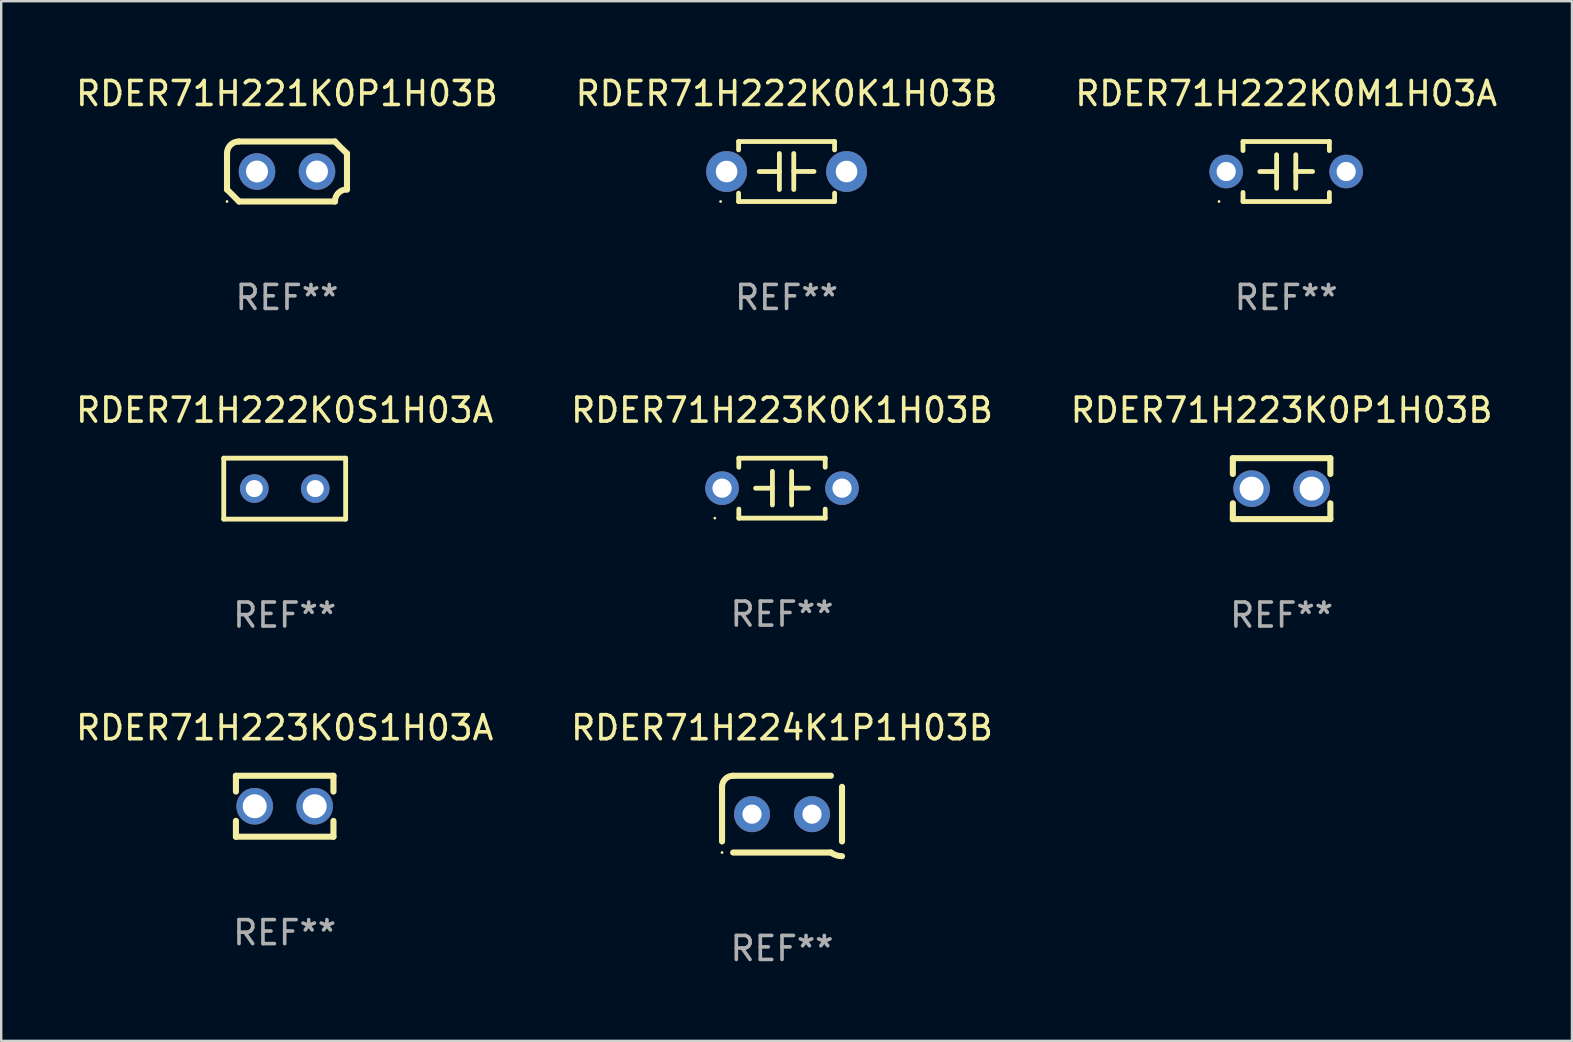
<source format=kicad_pcb>
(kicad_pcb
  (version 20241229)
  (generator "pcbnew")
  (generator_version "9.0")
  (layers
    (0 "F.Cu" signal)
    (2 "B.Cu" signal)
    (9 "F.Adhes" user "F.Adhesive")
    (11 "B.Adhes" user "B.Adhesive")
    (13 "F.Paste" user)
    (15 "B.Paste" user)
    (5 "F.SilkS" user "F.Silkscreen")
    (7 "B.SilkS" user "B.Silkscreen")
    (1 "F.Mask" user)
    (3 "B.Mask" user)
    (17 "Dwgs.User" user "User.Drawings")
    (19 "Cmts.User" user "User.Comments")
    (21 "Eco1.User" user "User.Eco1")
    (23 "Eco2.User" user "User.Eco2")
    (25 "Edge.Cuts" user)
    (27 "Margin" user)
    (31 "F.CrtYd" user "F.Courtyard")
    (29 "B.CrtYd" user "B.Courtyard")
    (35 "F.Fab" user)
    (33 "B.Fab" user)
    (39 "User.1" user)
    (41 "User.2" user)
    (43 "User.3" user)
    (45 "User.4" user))
  (footprint "RDER71H222K0M1H03A"
    (layer "F.Cu")
    (at 50.554 4.098)
    (property "Reference" "RDER71H222K0M1H03A" (at 0 -3.25 0) (layer "F.SilkS") (effects (font (size 1 1) (thickness 0.15))))
    (attr through_hole)
    (fp_line (start -1.8 -1.25) (end -1.8 -0.872) (stroke (width 0.2) (type solid)) (layer "F.SilkS"))
    (fp_line (start -1.8 -1.25) (end 1.8 -1.25) (stroke (width 0.2) (type solid)) (layer "F.SilkS"))
    (fp_line (start -1.8 0.872) (end -1.8 1.25) (stroke (width 0.2) (type solid)) (layer "F.SilkS"))
    (fp_line (start -1.8 1.25) (end 1.8 1.25) (stroke (width 0.2) (type solid)) (layer "F.SilkS"))
    (fp_line (start -0.4 -0.7) (end -0.4 0.7) (stroke (width 0.2) (type solid)) (layer "F.SilkS"))
    (fp_line (start -0.4 0.002) (end -1.1 0.002) (stroke (width 0.2) (type solid)) (layer "F.SilkS"))
    (fp_line (start 0.4 -0.001) (end 1.1 -0.001) (stroke (width 0.2) (type solid)) (layer "F.SilkS"))
    (fp_line (start 0.4 0.7) (end 0.4 -0.7) (stroke (width 0.2) (type solid)) (layer "F.SilkS"))
    (fp_line (start 1.8 -1.25) (end 1.8 -0.872) (stroke (width 0.2) (type solid)) (layer "F.SilkS"))
    (fp_line (start 1.8 0.872) (end 1.8 1.25) (stroke (width 0.2) (type solid)) (layer "F.SilkS"))
    (fp_circle (center -2.8 1.25) (end -2.77 1.25) (stroke (width 0.06) (type solid)) (fill no) (layer "F.SilkS"))
    (fp_text user "REF**" (at 0 5.25 0) (layer "F.Fab") (effects (font (size 1 1) (thickness 0.15))))
    (pad "1" thru_hole circle (at -2.5 0) (size 1.4 1.4) (drill 0.8) (layers "*.Cu" "*.Mask"))
    (pad "2" thru_hole circle (at 2.5 0) (size 1.4 1.4) (drill 0.8) (layers "*.Cu" "*.Mask")))
  (footprint "RDER71H224K1P1H03B"
    (layer "F.Cu")
    (at 29.542 30.881)
    (property "Reference" "RDER71H224K1P1H03B" (at 0 -3.6 0) (layer "F.SilkS") (effects (font (size 1 1) (thickness 0.15))))
    (attr through_hole)
    (fp_line (start -2.5 1.138) (end -2.5 -1.138) (stroke (width 0.254) (type solid)) (layer "F.SilkS"))
    (fp_line (start -2.038 1.6) (end 2.038 1.6) (stroke (width 0.254) (type solid)) (layer "F.SilkS"))
    (fp_line (start 2.038 -1.6) (end -2.038 -1.6) (stroke (width 0.254) (type solid)) (layer "F.SilkS"))
    (fp_line (start 2.5 -1.138) (end 2.5 1.138) (stroke (width 0.254) (type solid)) (layer "F.SilkS"))
    (fp_arc (start -2.5 -1.137744) (mid -2.364601 -1.464626) (end -2.037719 -1.600025) (stroke (width 0.254001) (type solid)) (layer "F.SilkS"))
    (fp_arc (start -2.5 1.137719) (mid 2.500022 -1.137741) (end -2.5 1.137719) (stroke (width 0.254001) (type solid)) (layer "F.SilkS"))
    (fp_arc (start 2.5 1.751767) (mid 2.256726 1.712861) (end 2.037719 1.600025) (stroke (width 0.254001) (type solid)) (layer "F.SilkS"))
    (fp_circle (center -2.5 1.6) (end -2.47 1.6) (stroke (width 0.06) (type solid)) (fill no) (layer "F.SilkS"))
    (fp_text user "REF**" (at 0 5.6 0) (layer "F.Fab") (effects (font (size 1 1) (thickness 0.15))))
    (pad "1" thru_hole circle (at -1.25 -0.000076) (size 1.5 1.5) (drill 0.8) (layers "*.Cu" "*.Mask"))
    (pad "2" thru_hole circle (at 1.25 -0.000076) (size 1.5 1.5) (drill 0.8) (layers "*.Cu" "*.Mask")))
  (footprint "RDER71H223K0S1H03A"
    (layer "F.Cu")
    (at 8.815 30.551)
    (property "Reference" "RDER71H223K0S1H03A" (at 0 -3.27 0) (layer "F.SilkS") (effects (font (size 1 1) (thickness 0.15))))
    (attr through_hole)
    (fp_line (start -2.032 -1.27) (end -2.032 -0.611) (stroke (width 0.254) (type solid)) (layer "F.SilkS"))
    (fp_line (start -2.032 0.611) (end -2.032 1.27) (stroke (width 0.254) (type solid)) (layer "F.SilkS"))
    (fp_line (start -2.032 1.27) (end 2.032 1.27) (stroke (width 0.254) (type solid)) (layer "F.SilkS"))
    (fp_line (start 2.032 -1.27) (end -2.032 -1.27) (stroke (width 0.254) (type solid)) (layer "F.SilkS"))
    (fp_line (start 2.032 -0.611) (end 2.032 -1.27) (stroke (width 0.254) (type solid)) (layer "F.SilkS"))
    (fp_line (start 2.032 1.27) (end 2.032 0.611) (stroke (width 0.254) (type solid)) (layer "F.SilkS"))
    (fp_circle (center -2 1.25) (end -1.97 1.25) (stroke (width 0.06) (type solid)) (fill no) (layer "F.SilkS"))
    (fp_text user "REF**" (at 0 5.27 0) (layer "F.Fab") (effects (font (size 1 1) (thickness 0.15))))
    (pad "1" thru_hole circle (at -1.25 0) (size 1.524 1.524) (drill 1) (layers "*.Cu" "*.Mask"))
    (pad "2" thru_hole circle (at 1.25 0) (size 1.524 1.524) (drill 1) (layers "*.Cu" "*.Mask")))
  (footprint "RDER71H223K0K1H03B"
    (layer "F.Cu")
    (at 29.542 17.295)
    (property "Reference" "RDER71H223K0K1H03B" (at 0 -3.25 0) (layer "F.SilkS") (effects (font (size 1 1) (thickness 0.15))))
    (attr through_hole)
    (fp_line (start -1.8 -1.25) (end -1.8 -0.872) (stroke (width 0.2) (type solid)) (layer "F.SilkS"))
    (fp_line (start -1.8 -1.25) (end 1.8 -1.25) (stroke (width 0.2) (type solid)) (layer "F.SilkS"))
    (fp_line (start -1.8 0.872) (end -1.8 1.25) (stroke (width 0.2) (type solid)) (layer "F.SilkS"))
    (fp_line (start -1.8 1.25) (end 1.8 1.25) (stroke (width 0.2) (type solid)) (layer "F.SilkS"))
    (fp_line (start -0.4 -0.7) (end -0.4 0.7) (stroke (width 0.2) (type solid)) (layer "F.SilkS"))
    (fp_line (start -0.4 0.002) (end -1.1 0.002) (stroke (width 0.2) (type solid)) (layer "F.SilkS"))
    (fp_line (start 0.4 -0.001) (end 1.1 -0.001) (stroke (width 0.2) (type solid)) (layer "F.SilkS"))
    (fp_line (start 0.4 0.7) (end 0.4 -0.7) (stroke (width 0.2) (type solid)) (layer "F.SilkS"))
    (fp_line (start 1.8 -1.25) (end 1.8 -0.872) (stroke (width 0.2) (type solid)) (layer "F.SilkS"))
    (fp_line (start 1.8 0.872) (end 1.8 1.25) (stroke (width 0.2) (type solid)) (layer "F.SilkS"))
    (fp_circle (center -2.8 1.25) (end -2.77 1.25) (stroke (width 0.06) (type solid)) (fill no) (layer "F.SilkS"))
    (fp_text user "REF**" (at 0 5.25 0) (layer "F.Fab") (effects (font (size 1 1) (thickness 0.15))))
    (pad "1" thru_hole circle (at -2.5 0) (size 1.4 1.4) (drill 0.8) (layers "*.Cu" "*.Mask"))
    (pad "2" thru_hole circle (at 2.5 0) (size 1.4 1.4) (drill 0.8) (layers "*.Cu" "*.Mask")))
  (footprint "RDER71H221K0P1H03B"
    (layer "F.Cu")
    (at 8.911 4.098)
    (property "Reference" "RDER71H221K0P1H03B" (at 0 -3.25 0) (layer "F.SilkS") (effects (font (size 1 1) (thickness 0.15))))
    (attr through_hole)
    (fp_line (start -2.5 -0.75) (end -2.5 0.75) (stroke (width 0.254) (type solid)) (layer "F.SilkS"))
    (fp_line (start -2 -1.25) (end 2 -1.25) (stroke (width 0.254) (type solid)) (layer "F.SilkS"))
    (fp_line (start 2 1.25) (end -2 1.25) (stroke (width 0.254) (type solid)) (layer "F.SilkS"))
    (fp_line (start 2.5 0.75) (end 2.5 -0.75) (stroke (width 0.254) (type solid)) (layer "F.SilkS"))
    (fp_arc (start -2.5 0.749962) (mid -2.249559 0.999558) (end -1.99929 1.249325) (stroke (width 0.254001) (type solid)) (layer "F.SilkS"))
    (fp_arc (start -2.499366 -0.749302) (mid -2.356411 -1.106098) (end -2 -1.250013) (stroke (width 0.254001) (type solid)) (layer "F.SilkS"))
    (fp_arc (start 2 1.250013) (mid 2.142747 0.89301) (end 2.499364 0.749302) (stroke (width 0.254001) (type solid)) (layer "F.SilkS"))
    (fp_arc (start 2.5 -0.749962) (mid 2.245609 -0.995598) (end 1.999289 -1.249327) (stroke (width 0.254001) (type solid)) (layer "F.SilkS"))
    (fp_circle (center -2.5 1.25) (end -2.47 1.25) (stroke (width 0.06) (type solid)) (fill no) (layer "F.SilkS"))
    (fp_text user "REF**" (at 0 5.25 0) (layer "F.Fab") (effects (font (size 1 1) (thickness 0.15))))
    (pad "1" thru_hole circle (at -1.25 0) (size 1.524 1.524) (drill 0.914) (layers "*.Cu" "*.Mask"))
    (pad "2" thru_hole circle (at 1.25 0) (size 1.524 1.524) (drill 0.914) (layers "*.Cu" "*.Mask")))
  (footprint "RDER71H223K0P1H03B"
    (layer "F.Cu")
    (at 50.363 17.315)
    (property "Reference" "RDER71H223K0P1H03B" (at 0 -3.27 0) (layer "F.SilkS") (effects (font (size 1 1) (thickness 0.15))))
    (attr through_hole)
    (fp_line (start -2.032 -1.27) (end -2.032 -0.611) (stroke (width 0.254) (type solid)) (layer "F.SilkS"))
    (fp_line (start -2.032 0.611) (end -2.032 1.27) (stroke (width 0.254) (type solid)) (layer "F.SilkS"))
    (fp_line (start -2.032 1.27) (end 2.032 1.27) (stroke (width 0.254) (type solid)) (layer "F.SilkS"))
    (fp_line (start 2.032 -1.27) (end -2.032 -1.27) (stroke (width 0.254) (type solid)) (layer "F.SilkS"))
    (fp_line (start 2.032 -0.611) (end 2.032 -1.27) (stroke (width 0.254) (type solid)) (layer "F.SilkS"))
    (fp_line (start 2.032 1.27) (end 2.032 0.611) (stroke (width 0.254) (type solid)) (layer "F.SilkS"))
    (fp_circle (center -2 1.25) (end -1.97 1.25) (stroke (width 0.06) (type solid)) (fill no) (layer "F.SilkS"))
    (fp_text user "REF**" (at 0 5.27 0) (layer "F.Fab") (effects (font (size 1 1) (thickness 0.15))))
    (pad "1" thru_hole circle (at -1.25 0) (size 1.524 1.524) (drill 1) (layers "*.Cu" "*.Mask"))
    (pad "2" thru_hole circle (at 1.25 0) (size 1.524 1.524) (drill 1) (layers "*.Cu" "*.Mask")))
  (footprint "RDER71H222K0S1H03A"
    (layer "F.Cu")
    (at 8.815 17.315)
    (property "Reference" "RDER71H222K0S1H03A" (at 0 -3.27 0) (layer "F.SilkS") (effects (font (size 1 1) (thickness 0.15))))
    (attr through_hole)
    (fp_line (start -2.54 -1.27) (end -2.54 1.27) (stroke (width 0.201) (type solid)) (layer "F.SilkS"))
    (fp_line (start -2.54 1.27) (end 2.54 1.27) (stroke (width 0.201) (type solid)) (layer "F.SilkS"))
    (fp_line (start 2.54 -1.27) (end -2.54 -1.27) (stroke (width 0.201) (type solid)) (layer "F.SilkS"))
    (fp_line (start 2.54 1.27) (end 2.54 -1.27) (stroke (width 0.201) (type solid)) (layer "F.SilkS"))
    (fp_circle (center -2.497 1.247) (end -2.467 1.247) (stroke (width 0.06) (type solid)) (fill no) (layer "F.SilkS"))
    (fp_text user "REF**" (at 0 5.27 0) (layer "F.Fab") (effects (font (size 1 1) (thickness 0.15))))
    (pad "1" thru_hole circle (at -1.267 -0.003) (size 1.194 1.194) (drill 0.711) (layers "*.Cu" "*.Mask"))
    (pad "2" thru_hole circle (at 1.273 -0.003) (size 1.194 1.194) (drill 0.711) (layers "*.Cu" "*.Mask")))
  (footprint "RDER71H222K0K1H03B"
    (layer "F.Cu")
    (at 29.732 4.098)
    (property "Reference" "RDER71H222K0K1H03B" (at 0 -3.25 0) (layer "F.SilkS") (effects (font (size 1 1) (thickness 0.15))))
    (attr through_hole)
    (fp_line (start -2 -1.25) (end -2 -0.901) (stroke (width 0.2) (type solid)) (layer "F.SilkS"))
    (fp_line (start -2 -1.25) (end 2 -1.25) (stroke (width 0.2) (type solid)) (layer "F.SilkS"))
    (fp_line (start -2 0.901) (end -2 1.25) (stroke (width 0.2) (type solid)) (layer "F.SilkS"))
    (fp_line (start -0.3 -0.75) (end -0.3 0.75) (stroke (width 0.2) (type solid)) (layer "F.SilkS"))
    (fp_line (start -0.3 0.001) (end -1.143 0.001) (stroke (width 0.2) (type solid)) (layer "F.SilkS"))
    (fp_line (start 0.3 -0.001) (end 1.143 -0.001) (stroke (width 0.2) (type solid)) (layer "F.SilkS"))
    (fp_line (start 0.3 0.75) (end 0.3 -0.75) (stroke (width 0.2) (type solid)) (layer "F.SilkS"))
    (fp_line (start 2 -1.25) (end 2 -0.901) (stroke (width 0.2) (type solid)) (layer "F.SilkS"))
    (fp_line (start 2 0.901) (end 2 1.25) (stroke (width 0.2) (type solid)) (layer "F.SilkS"))
    (fp_line (start 2 1.25) (end -2 1.25) (stroke (width 0.2) (type solid)) (layer "F.SilkS"))
    (fp_circle (center -2.75 1.25) (end -2.72 1.25) (stroke (width 0.06) (type solid)) (fill no) (layer "F.SilkS"))
    (fp_text user "REF**" (at 0 5.25 0) (layer "F.Fab") (effects (font (size 1 1) (thickness 0.15))))
    (pad "1" thru_hole circle (at -2.5 0) (size 1.7 1.7) (drill 0.9) (layers "*.Cu" "*.Mask"))
    (pad "2" thru_hole circle (at 2.5 0) (size 1.7 1.7) (drill 0.9) (layers "*.Cu" "*.Mask")))
  (gr_rect
    (start -3 -3)
    (end 62.464 40.33)
    (stroke (width 0.1) (type default))
    (fill no)
    (layer "Edge.Cuts")))
</source>
